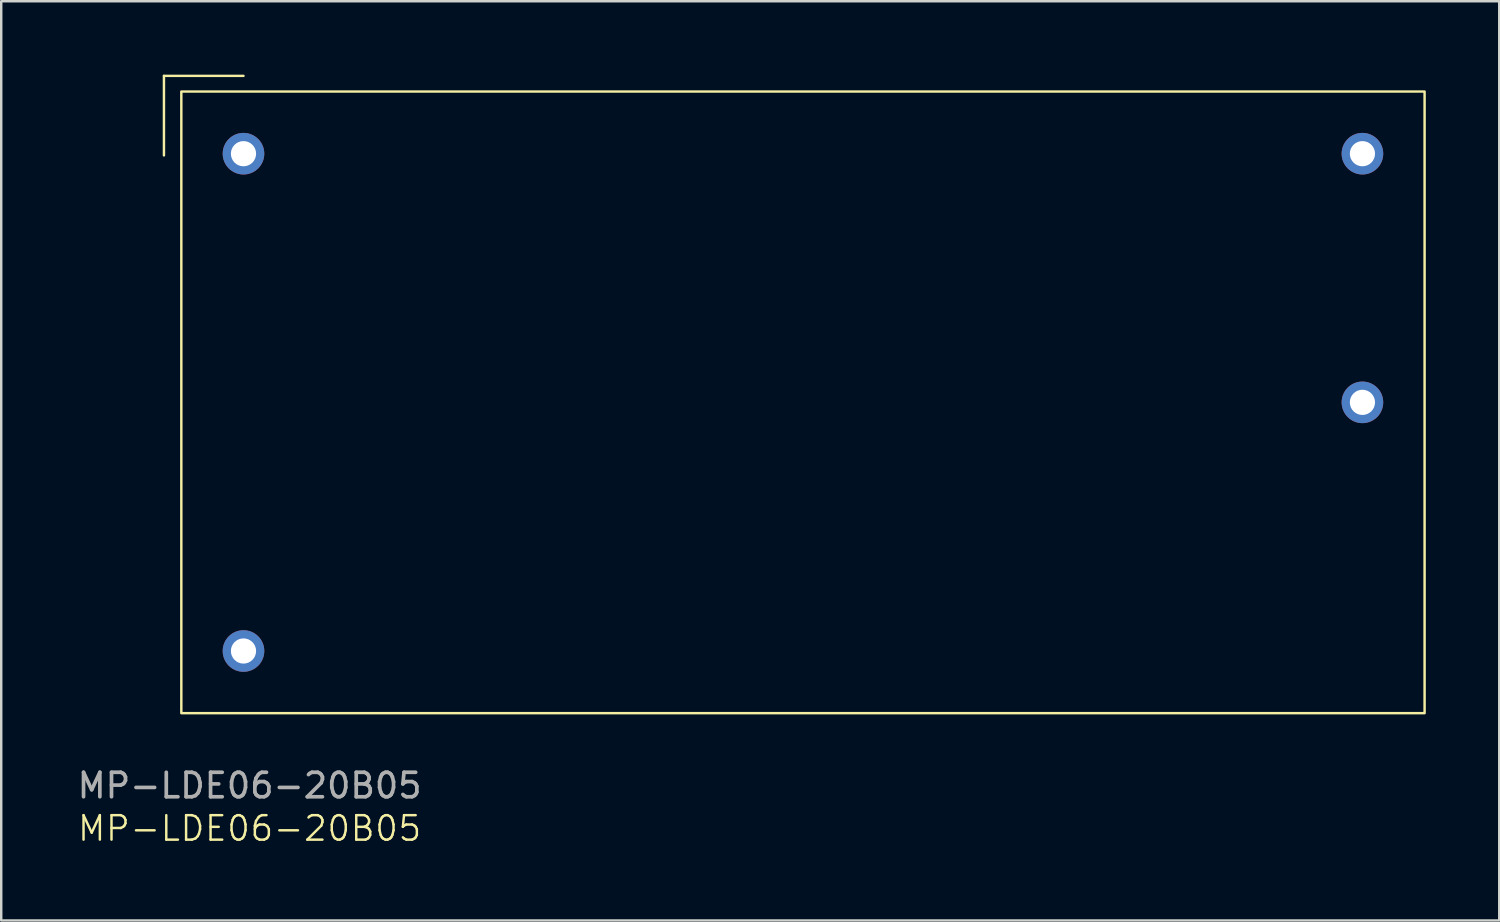
<source format=kicad_pcb>
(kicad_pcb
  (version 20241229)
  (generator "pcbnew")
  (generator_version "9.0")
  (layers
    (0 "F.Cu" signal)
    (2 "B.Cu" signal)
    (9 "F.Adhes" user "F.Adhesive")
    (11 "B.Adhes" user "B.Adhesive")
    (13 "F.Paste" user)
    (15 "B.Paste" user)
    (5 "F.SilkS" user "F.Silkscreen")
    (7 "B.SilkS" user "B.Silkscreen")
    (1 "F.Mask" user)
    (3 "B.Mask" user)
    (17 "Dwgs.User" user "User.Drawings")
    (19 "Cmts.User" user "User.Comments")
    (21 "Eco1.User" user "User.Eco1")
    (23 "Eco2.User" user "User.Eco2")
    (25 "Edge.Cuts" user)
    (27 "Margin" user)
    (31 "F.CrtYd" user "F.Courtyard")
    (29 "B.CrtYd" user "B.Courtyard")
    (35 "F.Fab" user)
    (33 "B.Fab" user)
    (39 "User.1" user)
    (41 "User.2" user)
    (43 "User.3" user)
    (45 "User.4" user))
  (footprint "MP-LDE06-20B05"
    (layer "F.Cu")
    (at 6.899 23.55)
    (property "Reference" "MP-LDE06-20B05" (at 0.25 7.25 0) (unlocked yes) (layer "F.SilkS") (effects (font (size 1 1) (thickness 0.1))))
    (attr smd)
    (fp_line (start -3.25 -23.5) (end -3.25 -20.25) (stroke (width 0.1) (type default)) (layer "F.SilkS"))
    (fp_line (start 0 -23.5) (end -3.25 -23.5) (stroke (width 0.1) (type default)) (layer "F.SilkS"))
    (fp_rect (start -2.54 -22.86) (end 48.26 2.54) (stroke (width 0.1) (type solid)) (fill no) (layer "F.SilkS"))
    (fp_text user "${REFERENCE}" (at 0.25 5.5 0) (unlocked yes) (layer "F.Fab") (effects (font (size 1 1) (thickness 0.15))))
    (pad "1" thru_hole circle (at 0 -20.32) (size 1.7 1.7) (drill 1.03) (layers "*.Cu" "*.Mask"))
    (pad "2" thru_hole circle (at 0 0) (size 1.7 1.7) (drill 1.03) (layers "*.Cu" "*.Mask"))
    (pad "3" thru_hole circle (at 45.72 -10.16) (size 1.7 1.7) (drill 1.03) (layers "*.Cu" "*.Mask"))
    (pad "4" thru_hole circle (at 45.72 -20.32) (size 1.7 1.7) (drill 1.03) (layers "*.Cu" "*.Mask")))
  (gr_rect
    (start -3 -3)
    (end 58.209 34.56)
    (stroke (width 0.1) (type default))
    (fill no)
    (layer "Edge.Cuts")))
</source>
